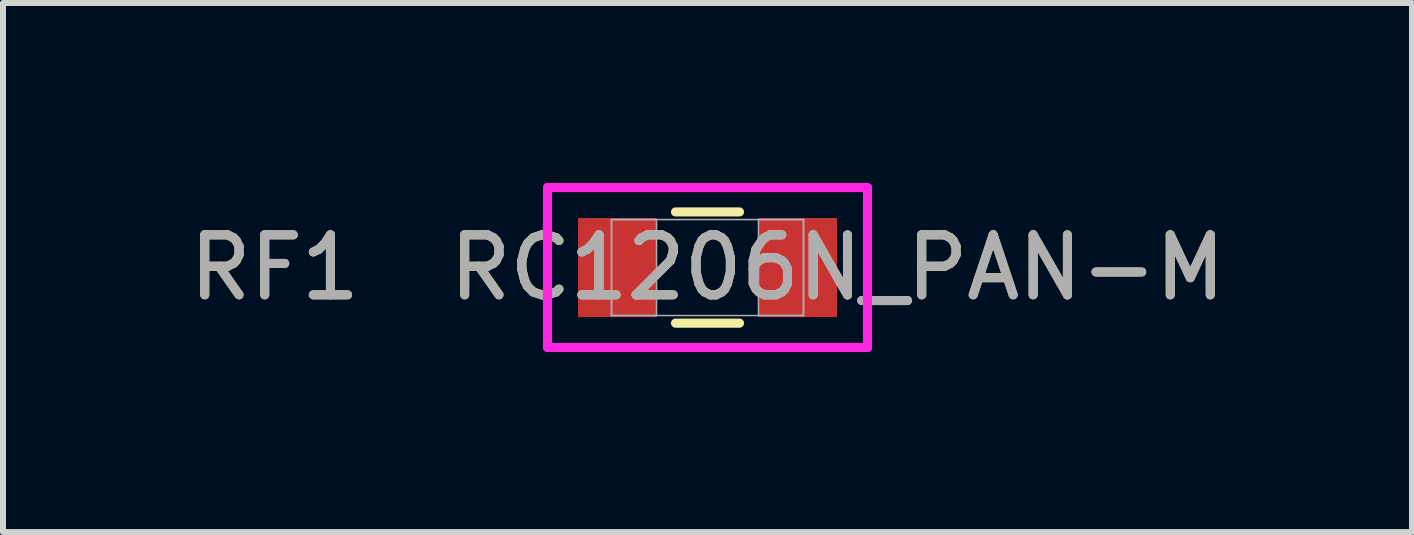
<source format=kicad_pcb>
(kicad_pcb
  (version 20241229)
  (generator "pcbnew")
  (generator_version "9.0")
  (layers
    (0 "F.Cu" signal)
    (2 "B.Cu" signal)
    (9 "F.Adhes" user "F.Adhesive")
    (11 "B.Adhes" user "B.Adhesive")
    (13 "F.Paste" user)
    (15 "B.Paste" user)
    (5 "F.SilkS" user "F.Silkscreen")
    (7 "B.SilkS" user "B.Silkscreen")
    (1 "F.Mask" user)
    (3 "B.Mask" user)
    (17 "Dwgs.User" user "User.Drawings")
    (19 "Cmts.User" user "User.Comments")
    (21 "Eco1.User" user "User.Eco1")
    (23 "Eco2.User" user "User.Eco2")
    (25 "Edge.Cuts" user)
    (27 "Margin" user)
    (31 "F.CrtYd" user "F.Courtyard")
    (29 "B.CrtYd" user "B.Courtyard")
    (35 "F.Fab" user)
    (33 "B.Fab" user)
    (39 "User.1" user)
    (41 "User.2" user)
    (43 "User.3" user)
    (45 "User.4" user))
  (footprint "RF1  RC1206N_PAN-M"
    (layer "F.Cu")
    (at 8.744 1.41)
    (property "Reference" "RF1  RC1206N_PAN-M" (at 0 0 0) (unlocked yes) (layer "F.SilkS") (effects (font (size 1 1) (thickness 0.15))))
    (attr smd)
    (fp_line (start -0.533 0.927) (end 0.533 0.927) (stroke (width 0.152) (type solid)) (layer "F.SilkS"))
    (fp_line (start 0.533 -0.927) (end -0.533 -0.927) (stroke (width 0.152) (type solid)) (layer "F.SilkS"))
    (fp_line (start -2.667 -1.333) (end 2.667 -1.333) (stroke (width 0.152) (type solid)) (layer "F.CrtYd"))
    (fp_line (start -2.667 1.333) (end -2.667 -1.333) (stroke (width 0.152) (type solid)) (layer "F.CrtYd"))
    (fp_line (start 2.667 -1.333) (end 2.667 1.333) (stroke (width 0.152) (type solid)) (layer "F.CrtYd"))
    (fp_line (start 2.667 1.333) (end -2.667 1.333) (stroke (width 0.152) (type solid)) (layer "F.CrtYd"))
    (fp_line (start -1.6 -0.8) (end -1.6 0.8) (stroke (width 0.025) (type solid)) (layer "F.Fab"))
    (fp_line (start -1.6 -0.8) (end -1.6 0.8) (stroke (width 0.025) (type solid)) (layer "F.Fab"))
    (fp_line (start -1.6 0.8) (end -0.85 0.8) (stroke (width 0.025) (type solid)) (layer "F.Fab"))
    (fp_line (start -1.6 0.8) (end 1.6 0.8) (stroke (width 0.025) (type solid)) (layer "F.Fab"))
    (fp_line (start -0.85 -0.8) (end -1.6 -0.8) (stroke (width 0.025) (type solid)) (layer "F.Fab"))
    (fp_line (start -0.85 0.8) (end -0.85 -0.8) (stroke (width 0.025) (type solid)) (layer "F.Fab"))
    (fp_line (start 0.85 -0.8) (end 0.85 0.8) (stroke (width 0.025) (type solid)) (layer "F.Fab"))
    (fp_line (start 0.85 0.8) (end 1.6 0.8) (stroke (width 0.025) (type solid)) (layer "F.Fab"))
    (fp_line (start 1.6 -0.8) (end -1.6 -0.8) (stroke (width 0.025) (type solid)) (layer "F.Fab"))
    (fp_line (start 1.6 -0.8) (end 0.85 -0.8) (stroke (width 0.025) (type solid)) (layer "F.Fab"))
    (fp_line (start 1.6 0.8) (end 1.6 -0.8) (stroke (width 0.025) (type solid)) (layer "F.Fab"))
    (fp_line (start 1.6 0.8) (end 1.6 -0.8) (stroke (width 0.025) (type solid)) (layer "F.Fab"))
    (fp_text user "${REFERENCE}" (at 0 0 0) (unlocked yes) (layer "F.Fab") (effects (font (size 1 1) (thickness 0.15))))
    (pad "1" smd rect (at -1.504 0) (size 1.309 1.651) (layers "F.Cu" "F.Mask" "F.Paste"))
    (pad "2" smd rect (at 1.504 0) (size 1.309 1.651) (layers "F.Cu" "F.Mask" "F.Paste"))
    (zone (net_name "") (layer "F.Cu") (hatch full 0.508) (connect_pads) (min_thickness 0.254) (filled_areas_thickness no) (keepout (tracks not_allowed) (vias not_allowed) (pads allowed) (copperpour not_allowed) (footprints allowed)) (placement (enabled no)) (fill) (polygon (pts (xy 7.945 0.66) (xy 9.543 0.66) (xy 9.543 2.159) (xy 7.945 2.159)))))
  (gr_rect
    (start -3 -3)
    (end 20.488 5.819)
    (stroke (width 0.1) (type default))
    (fill no)
    (layer "Edge.Cuts")))
</source>
